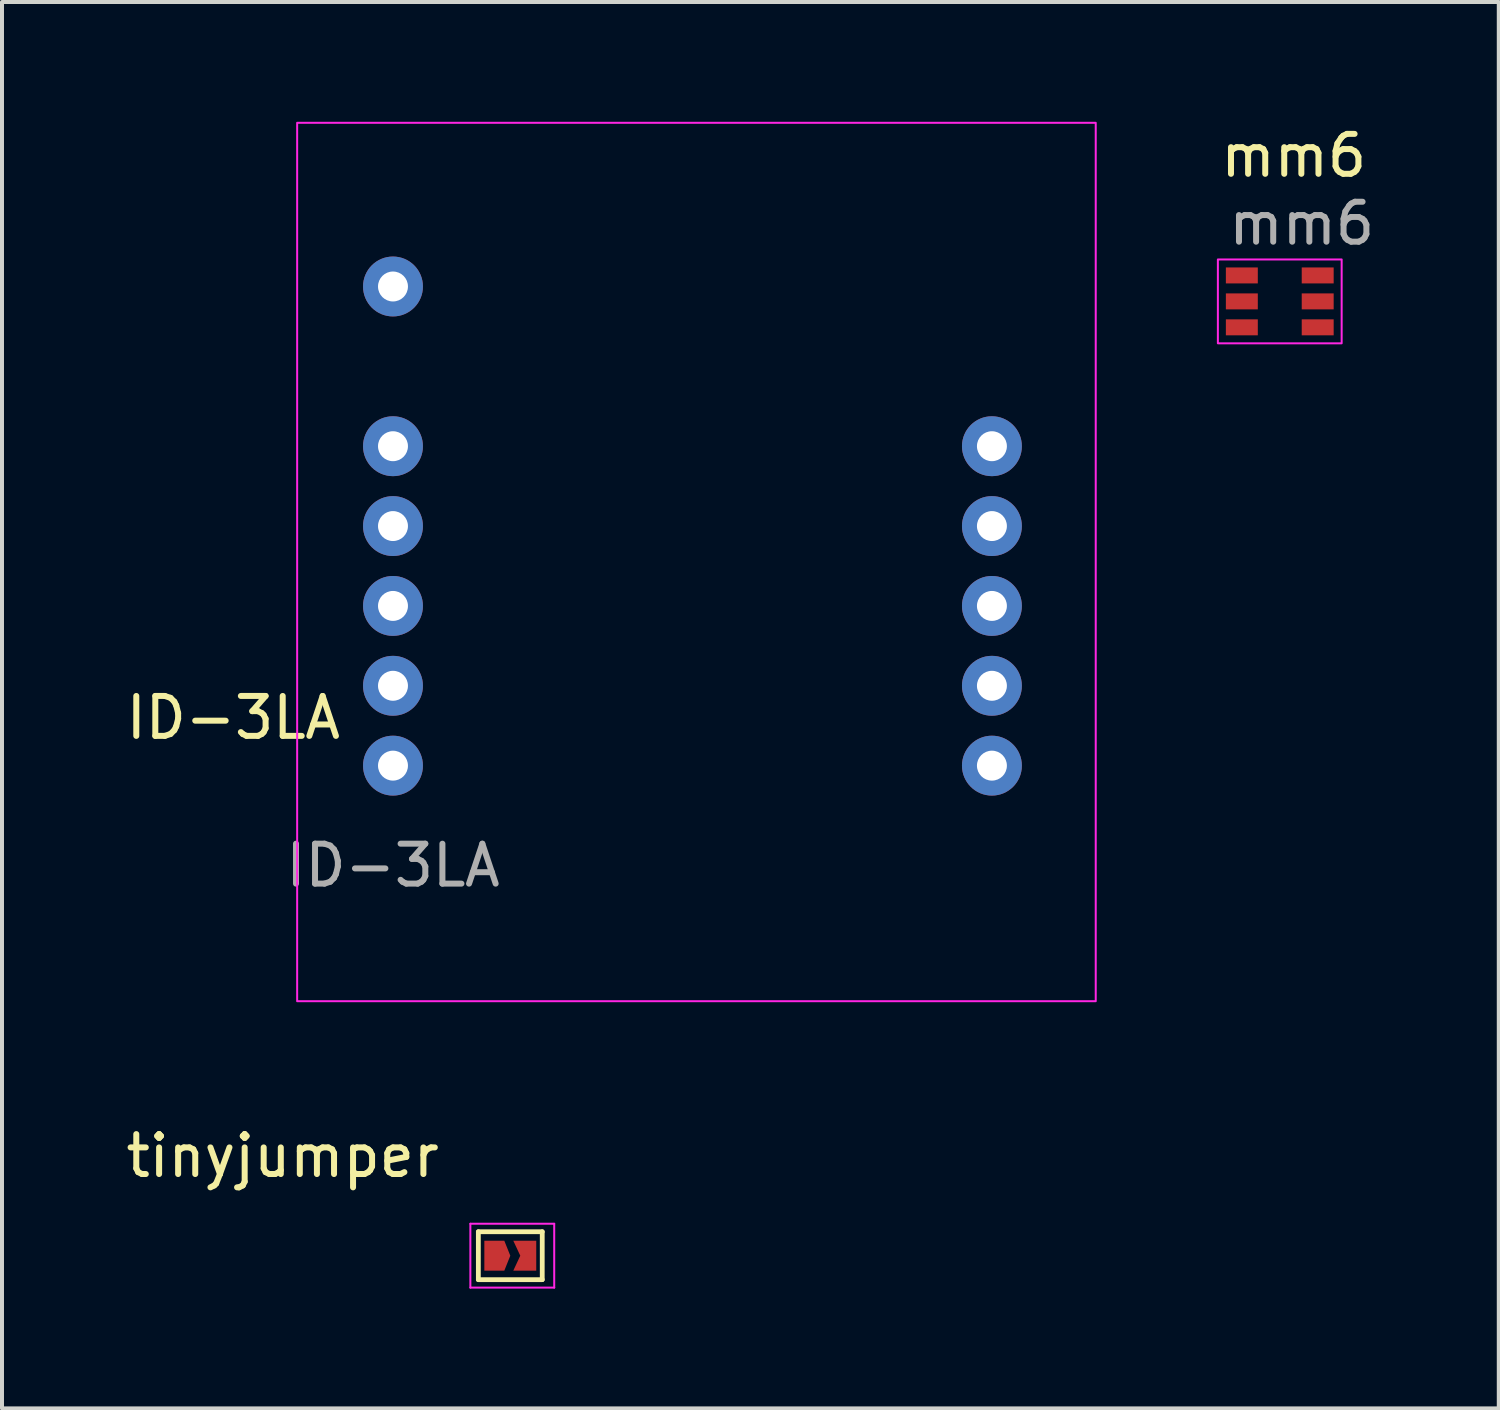
<source format=kicad_pcb>
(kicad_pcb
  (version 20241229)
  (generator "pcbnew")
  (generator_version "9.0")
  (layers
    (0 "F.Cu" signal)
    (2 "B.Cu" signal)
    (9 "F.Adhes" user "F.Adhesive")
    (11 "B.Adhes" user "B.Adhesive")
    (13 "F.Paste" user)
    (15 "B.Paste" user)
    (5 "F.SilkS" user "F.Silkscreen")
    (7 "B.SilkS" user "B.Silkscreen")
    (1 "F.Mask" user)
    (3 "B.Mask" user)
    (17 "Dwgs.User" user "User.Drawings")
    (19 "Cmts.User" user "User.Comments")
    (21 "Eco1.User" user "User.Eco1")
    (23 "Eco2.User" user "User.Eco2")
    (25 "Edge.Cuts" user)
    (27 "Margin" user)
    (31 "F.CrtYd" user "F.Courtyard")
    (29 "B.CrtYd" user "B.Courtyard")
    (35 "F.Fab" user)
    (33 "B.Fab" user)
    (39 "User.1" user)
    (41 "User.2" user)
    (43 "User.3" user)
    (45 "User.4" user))
  (footprint "ID-3LA"
    (layer "F.Cu")
    (at 6.792 16.125)
    (property "Reference" "ID-3LA" (at -4 -1.2 0) (unlocked yes) (layer "F.SilkS") (effects (font (size 1 1) (thickness 0.15))))
    (attr smd)
    (fp_rect (start -2.4 -16.1) (end 17.6 5.9) (stroke (width 0.05) (type solid)) (fill no) (layer "F.CrtYd"))
    (fp_text user "${REFERENCE}" (at 0 2.5 0) (unlocked yes) (layer "F.Fab") (effects (font (size 1 1) (thickness 0.15))))
    (pad "1" thru_hole circle (at 15 -8) (size 1.5 1.5) (drill 0.75) (layers "*.Cu" "*.Mask"))
    (pad "2" thru_hole circle (at 15 -6) (size 1.5 1.5) (drill 0.75) (layers "*.Cu" "*.Mask"))
    (pad "3" thru_hole circle (at 15 -4) (size 1.5 1.5) (drill 0.75) (layers "*.Cu" "*.Mask"))
    (pad "4" thru_hole circle (at 15 -2) (size 1.5 1.5) (drill 0.75) (layers "*.Cu" "*.Mask"))
    (pad "5" thru_hole circle (at 15 0) (size 1.5 1.5) (drill 0.75) (layers "*.Cu" "*.Mask"))
    (pad "6" thru_hole circle (at 0 0) (size 1.5 1.5) (drill 0.75) (layers "*.Cu" "*.Mask"))
    (pad "7" thru_hole circle (at 0 -2) (size 1.5 1.5) (drill 0.75) (layers "*.Cu" "*.Mask"))
    (pad "8" thru_hole circle (at 0 -4) (size 1.5 1.5) (drill 0.75) (layers "*.Cu" "*.Mask"))
    (pad "9" thru_hole circle (at 0 -6) (size 1.5 1.5) (drill 0.75) (layers "*.Cu" "*.Mask"))
    (pad "10" thru_hole circle (at 0 -8) (size 1.5 1.5) (drill 0.75) (layers "*.Cu" "*.Mask"))
    (pad "11" thru_hole circle (at 0 -12) (size 1.5 1.5) (drill 0.75) (layers "*.Cu" "*.Mask")))
  (footprint "mm6"
    (layer "F.Cu")
    (at 28.051 3.848)
    (property "Reference" "mm6" (at 1.3 -3 0) (unlocked yes) (layer "F.SilkS") (effects (font (size 1 1) (thickness 0.15))))
    (attr smd)
    (fp_rect (start -0.6 -0.4) (end 2.5 1.7) (stroke (width 0.05) (type solid)) (fill no) (layer "F.CrtYd"))
    (fp_text user "${REFERENCE}" (at 1.5 -1.3 0) (unlocked yes) (layer "F.Fab") (effects (font (size 1 1) (thickness 0.15))))
    (pad "1" smd rect (at 0 0) (size 0.8 0.4) (layers "F.Cu" "F.Mask" "F.Paste"))
    (pad "2" smd rect (at 0 0.65) (size 0.8 0.4) (layers "F.Cu" "F.Mask" "F.Paste"))
    (pad "3" smd rect (at 0 1.3) (size 0.8 0.4) (layers "F.Cu" "F.Mask" "F.Paste"))
    (pad "4" smd rect (at 1.9 1.3) (size 0.8 0.4) (layers "F.Cu" "F.Mask" "F.Paste"))
    (pad "5" smd rect (at 1.9 0.65) (size 0.8 0.4) (layers "F.Cu" "F.Mask" "F.Paste"))
    (pad "6" smd rect (at 1.9 0) (size 0.8 0.4) (layers "F.Cu" "F.Mask" "F.Paste")))
  (footprint "tinyjumper"
    (layer "F.Cu")
    (at 9.83 28.398)
    (property "Reference" "tinyjumper" (at -5.8 -2.5 0) (layer "F.SilkS") (effects (font (size 1 1) (thickness 0.15))))
    (attr exclude_from_pos_files exclude_from_bom)
    (fp_line (start -0.9 -0.6) (end 0.7 -0.6) (stroke (width 0.12) (type solid)) (layer "F.SilkS"))
    (fp_line (start -0.9 0.6) (end -0.9 -0.6) (stroke (width 0.12) (type solid)) (layer "F.SilkS"))
    (fp_line (start 0.7 -0.6) (end 0.7 0.6) (stroke (width 0.12) (type solid)) (layer "F.SilkS"))
    (fp_line (start 0.7 0.6) (end -0.9 0.6) (stroke (width 0.12) (type solid)) (layer "F.SilkS"))
    (fp_line (start -1.1 -0.8) (end -1.1 0.8) (stroke (width 0.05) (type solid)) (layer "F.CrtYd"))
    (fp_line (start -1.1 -0.8) (end 1 -0.8) (stroke (width 0.05) (type solid)) (layer "F.CrtYd"))
    (fp_line (start 1 0.8) (end -1.1 0.8) (stroke (width 0.05) (type solid)) (layer "F.CrtYd"))
    (fp_line (start 1 0.8) (end 1 -0.8) (stroke (width 0.05) (type solid)) (layer "F.CrtYd"))
    (pad "1" smd custom (at -0.5 0) (size 0.3 0.3) (layers "F.Cu" "F.Mask") (options (anchor rect)) (primitives (gr_poly (pts (xy 0.4 0) (xy 0.25 0.375) (xy -0.25 0.375) (xy -0.25 -0.375) (xy 0.25 -0.375)) (width 0) (fill yes))))
    (pad "2" smd custom (at 0.3 0) (size 0.3 0.3) (layers "F.Cu" "F.Mask") (options (anchor rect)) (primitives (gr_poly (pts (xy 0.25 0.375) (xy -0.325 0.375) (xy -0.15 0) (xy -0.325 -0.375) (xy 0.25 -0.375)) (width 0) (fill yes)))))
  (gr_rect
    (start -3 -3)
    (end 34.486 32.223)
    (stroke (width 0.1) (type default))
    (fill no)
    (layer "Edge.Cuts")))
</source>
